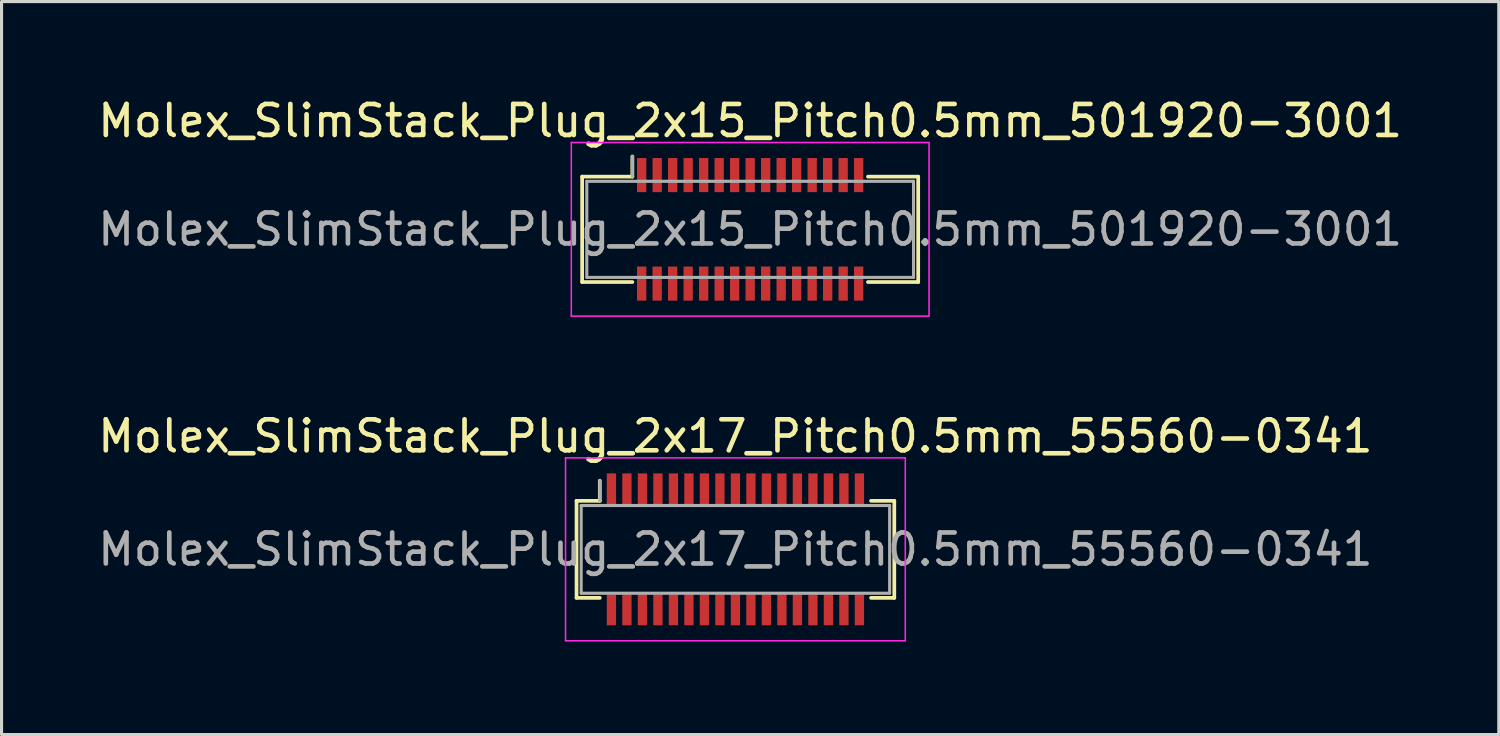
<source format=kicad_pcb>
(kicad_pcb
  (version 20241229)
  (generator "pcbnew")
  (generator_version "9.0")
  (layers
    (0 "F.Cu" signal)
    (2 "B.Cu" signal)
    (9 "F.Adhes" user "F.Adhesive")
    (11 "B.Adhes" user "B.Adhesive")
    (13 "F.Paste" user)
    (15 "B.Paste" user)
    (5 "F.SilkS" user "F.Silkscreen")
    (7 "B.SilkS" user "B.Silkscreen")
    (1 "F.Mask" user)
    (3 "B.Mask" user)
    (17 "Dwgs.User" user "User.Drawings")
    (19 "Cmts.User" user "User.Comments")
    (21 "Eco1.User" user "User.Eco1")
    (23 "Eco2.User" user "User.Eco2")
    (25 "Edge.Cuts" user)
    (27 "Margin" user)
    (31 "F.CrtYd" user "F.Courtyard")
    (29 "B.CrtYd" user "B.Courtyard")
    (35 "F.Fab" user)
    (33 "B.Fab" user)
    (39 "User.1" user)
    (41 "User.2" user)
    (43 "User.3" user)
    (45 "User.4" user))
  (footprint "Molex_SlimStack_Plug_2x17_Pitch0.5mm_55560-0341"
    (layer "F.Cu")
    (at 20.673 14.671)
    (property "Reference" "Molex_SlimStack_Plug_2x17_Pitch0.5mm_55560-0341" (at 0 -3.65 0) (layer "F.SilkS") (effects (font (size 1 1) (thickness 0.15))))
    (attr smd)
    (fp_line (start -5.125 -1.565) (end -4.375 -1.565) (stroke (width 0.12) (type solid)) (layer "F.SilkS"))
    (fp_line (start -5.125 1.565) (end -5.125 -1.565) (stroke (width 0.12) (type solid)) (layer "F.SilkS"))
    (fp_line (start -4.375 -1.565) (end -4.375 -2.215) (stroke (width 0.12) (type solid)) (layer "F.SilkS"))
    (fp_line (start -4.375 1.565) (end -5.125 1.565) (stroke (width 0.12) (type solid)) (layer "F.SilkS"))
    (fp_line (start 4.375 1.565) (end 5.125 1.565) (stroke (width 0.12) (type solid)) (layer "F.SilkS"))
    (fp_line (start 5.125 -1.565) (end 4.375 -1.565) (stroke (width 0.12) (type solid)) (layer "F.SilkS"))
    (fp_line (start 5.125 1.565) (end 5.125 -1.565) (stroke (width 0.12) (type solid)) (layer "F.SilkS"))
    (fp_line (start -5.48 -2.95) (end -5.48 2.95) (stroke (width 0.05) (type solid)) (layer "F.CrtYd"))
    (fp_line (start -5.48 2.95) (end 5.48 2.95) (stroke (width 0.05) (type solid)) (layer "F.CrtYd"))
    (fp_line (start 5.48 -2.95) (end -5.48 -2.95) (stroke (width 0.05) (type solid)) (layer "F.CrtYd"))
    (fp_line (start 5.48 2.95) (end 5.48 -2.95) (stroke (width 0.05) (type solid)) (layer "F.CrtYd"))
    (fp_line (start -4.975 -1.415) (end -4.975 1.415) (stroke (width 0.1) (type solid)) (layer "F.Fab"))
    (fp_line (start -4.975 1.415) (end 4.975 1.415) (stroke (width 0.1) (type solid)) (layer "F.Fab"))
    (fp_line (start -4.375 -1.565) (end -4.375 -2.215) (stroke (width 0.1) (type solid)) (layer "F.Fab"))
    (fp_line (start 4.975 -1.415) (end -4.975 -1.415) (stroke (width 0.1) (type solid)) (layer "F.Fab"))
    (fp_line (start 4.975 1.415) (end 4.975 -1.415) (stroke (width 0.1) (type solid)) (layer "F.Fab"))
    (fp_text user "${REFERENCE}" (at 0 0 0) (layer "F.Fab") (effects (font (size 1 1) (thickness 0.15))))
    (pad "1" smd rect (at -4 -1.95) (size 0.3 1) (layers "F.Cu" "F.Mask" "F.Paste"))
    (pad "2" smd rect (at -4 1.95) (size 0.3 1) (layers "F.Cu" "F.Mask" "F.Paste"))
    (pad "3" smd rect (at -3.5 -1.95) (size 0.3 1) (layers "F.Cu" "F.Mask" "F.Paste"))
    (pad "4" smd rect (at -3.5 1.95) (size 0.3 1) (layers "F.Cu" "F.Mask" "F.Paste"))
    (pad "5" smd rect (at -3 -1.95) (size 0.3 1) (layers "F.Cu" "F.Mask" "F.Paste"))
    (pad "6" smd rect (at -3 1.95) (size 0.3 1) (layers "F.Cu" "F.Mask" "F.Paste"))
    (pad "7" smd rect (at -2.5 -1.95) (size 0.3 1) (layers "F.Cu" "F.Mask" "F.Paste"))
    (pad "8" smd rect (at -2.5 1.95) (size 0.3 1) (layers "F.Cu" "F.Mask" "F.Paste"))
    (pad "9" smd rect (at -2 -1.95) (size 0.3 1) (layers "F.Cu" "F.Mask" "F.Paste"))
    (pad "10" smd rect (at -2 1.95) (size 0.3 1) (layers "F.Cu" "F.Mask" "F.Paste"))
    (pad "11" smd rect (at -1.5 -1.95) (size 0.3 1) (layers "F.Cu" "F.Mask" "F.Paste"))
    (pad "12" smd rect (at -1.5 1.95) (size 0.3 1) (layers "F.Cu" "F.Mask" "F.Paste"))
    (pad "13" smd rect (at -1 -1.95) (size 0.3 1) (layers "F.Cu" "F.Mask" "F.Paste"))
    (pad "14" smd rect (at -1 1.95) (size 0.3 1) (layers "F.Cu" "F.Mask" "F.Paste"))
    (pad "15" smd rect (at -0.5 -1.95) (size 0.3 1) (layers "F.Cu" "F.Mask" "F.Paste"))
    (pad "16" smd rect (at -0.5 1.95) (size 0.3 1) (layers "F.Cu" "F.Mask" "F.Paste"))
    (pad "17" smd rect (at 0 -1.95) (size 0.3 1) (layers "F.Cu" "F.Mask" "F.Paste"))
    (pad "18" smd rect (at 0 1.95) (size 0.3 1) (layers "F.Cu" "F.Mask" "F.Paste"))
    (pad "19" smd rect (at 0.5 -1.95) (size 0.3 1) (layers "F.Cu" "F.Mask" "F.Paste"))
    (pad "20" smd rect (at 0.5 1.95) (size 0.3 1) (layers "F.Cu" "F.Mask" "F.Paste"))
    (pad "21" smd rect (at 1 -1.95) (size 0.3 1) (layers "F.Cu" "F.Mask" "F.Paste"))
    (pad "22" smd rect (at 1 1.95) (size 0.3 1) (layers "F.Cu" "F.Mask" "F.Paste"))
    (pad "23" smd rect (at 1.5 -1.95) (size 0.3 1) (layers "F.Cu" "F.Mask" "F.Paste"))
    (pad "24" smd rect (at 1.5 1.95) (size 0.3 1) (layers "F.Cu" "F.Mask" "F.Paste"))
    (pad "25" smd rect (at 2 -1.95) (size 0.3 1) (layers "F.Cu" "F.Mask" "F.Paste"))
    (pad "26" smd rect (at 2 1.95) (size 0.3 1) (layers "F.Cu" "F.Mask" "F.Paste"))
    (pad "27" smd rect (at 2.5 -1.95) (size 0.3 1) (layers "F.Cu" "F.Mask" "F.Paste"))
    (pad "28" smd rect (at 2.5 1.95) (size 0.3 1) (layers "F.Cu" "F.Mask" "F.Paste"))
    (pad "29" smd rect (at 3 -1.95) (size 0.3 1) (layers "F.Cu" "F.Mask" "F.Paste"))
    (pad "30" smd rect (at 3 1.95) (size 0.3 1) (layers "F.Cu" "F.Mask" "F.Paste"))
    (pad "31" smd rect (at 3.5 -1.95) (size 0.3 1) (layers "F.Cu" "F.Mask" "F.Paste"))
    (pad "32" smd rect (at 3.5 1.95) (size 0.3 1) (layers "F.Cu" "F.Mask" "F.Paste"))
    (pad "33" smd rect (at 4 -1.95) (size 0.3 1) (layers "F.Cu" "F.Mask" "F.Paste"))
    (pad "34" smd rect (at 4 1.95) (size 0.3 1) (layers "F.Cu" "F.Mask" "F.Paste")))
  (footprint "Molex_SlimStack_Plug_2x15_Pitch0.5mm_501920-3001"
    (layer "F.Cu")
    (at 21.149 4.348)
    (property "Reference" "Molex_SlimStack_Plug_2x15_Pitch0.5mm_501920-3001" (at 0 -3.5 0) (layer "F.SilkS") (effects (font (size 1 1) (thickness 0.15))))
    (attr smd)
    (fp_line (start -5.42 -1.7) (end -3.8 -1.7) (stroke (width 0.12) (type solid)) (layer "F.SilkS"))
    (fp_line (start -5.42 1.7) (end -5.42 -1.7) (stroke (width 0.12) (type solid)) (layer "F.SilkS"))
    (fp_line (start -3.8 -1.7) (end -3.8 -2.35) (stroke (width 0.12) (type solid)) (layer "F.SilkS"))
    (fp_line (start -3.8 1.7) (end -5.42 1.7) (stroke (width 0.12) (type solid)) (layer "F.SilkS"))
    (fp_line (start 3.8 1.7) (end 5.42 1.7) (stroke (width 0.12) (type solid)) (layer "F.SilkS"))
    (fp_line (start 5.42 -1.7) (end 3.8 -1.7) (stroke (width 0.12) (type solid)) (layer "F.SilkS"))
    (fp_line (start 5.42 1.7) (end 5.42 -1.7) (stroke (width 0.12) (type solid)) (layer "F.SilkS"))
    (fp_line (start -5.77 -2.8) (end -5.77 2.8) (stroke (width 0.05) (type solid)) (layer "F.CrtYd"))
    (fp_line (start -5.77 2.8) (end 5.77 2.8) (stroke (width 0.05) (type solid)) (layer "F.CrtYd"))
    (fp_line (start 5.77 -2.8) (end -5.77 -2.8) (stroke (width 0.05) (type solid)) (layer "F.CrtYd"))
    (fp_line (start 5.77 2.8) (end 5.77 -2.8) (stroke (width 0.05) (type solid)) (layer "F.CrtYd"))
    (fp_line (start -5.27 -1.55) (end -5.27 1.55) (stroke (width 0.1) (type solid)) (layer "F.Fab"))
    (fp_line (start -5.27 1.55) (end 5.27 1.55) (stroke (width 0.1) (type solid)) (layer "F.Fab"))
    (fp_line (start -3.8 -1.7) (end -3.8 -2.35) (stroke (width 0.1) (type solid)) (layer "F.Fab"))
    (fp_line (start 5.27 -1.55) (end -5.27 -1.55) (stroke (width 0.1) (type solid)) (layer "F.Fab"))
    (fp_line (start 5.27 1.55) (end 5.27 -1.55) (stroke (width 0.1) (type solid)) (layer "F.Fab"))
    (fp_text user "${REFERENCE}" (at 0 0 0) (layer "F.Fab") (effects (font (size 1 1) (thickness 0.15))))
    (pad "1" smd rect (at -3.5 -1.75) (size 0.3 1.1) (layers "F.Cu" "F.Mask" "F.Paste"))
    (pad "2" smd rect (at -3.5 1.75) (size 0.3 1.1) (layers "F.Cu" "F.Mask" "F.Paste"))
    (pad "3" smd rect (at -3 -1.75) (size 0.3 1.1) (layers "F.Cu" "F.Mask" "F.Paste"))
    (pad "4" smd rect (at -3 1.75) (size 0.3 1.1) (layers "F.Cu" "F.Mask" "F.Paste"))
    (pad "5" smd rect (at -2.5 -1.75) (size 0.3 1.1) (layers "F.Cu" "F.Mask" "F.Paste"))
    (pad "6" smd rect (at -2.5 1.75) (size 0.3 1.1) (layers "F.Cu" "F.Mask" "F.Paste"))
    (pad "7" smd rect (at -2 -1.75) (size 0.3 1.1) (layers "F.Cu" "F.Mask" "F.Paste"))
    (pad "8" smd rect (at -2 1.75) (size 0.3 1.1) (layers "F.Cu" "F.Mask" "F.Paste"))
    (pad "9" smd rect (at -1.5 -1.75) (size 0.3 1.1) (layers "F.Cu" "F.Mask" "F.Paste"))
    (pad "10" smd rect (at -1.5 1.75) (size 0.3 1.1) (layers "F.Cu" "F.Mask" "F.Paste"))
    (pad "11" smd rect (at -1 -1.75) (size 0.3 1.1) (layers "F.Cu" "F.Mask" "F.Paste"))
    (pad "12" smd rect (at -1 1.75) (size 0.3 1.1) (layers "F.Cu" "F.Mask" "F.Paste"))
    (pad "13" smd rect (at -0.5 -1.75) (size 0.3 1.1) (layers "F.Cu" "F.Mask" "F.Paste"))
    (pad "14" smd rect (at -0.5 1.75) (size 0.3 1.1) (layers "F.Cu" "F.Mask" "F.Paste"))
    (pad "15" smd rect (at 0 -1.75) (size 0.3 1.1) (layers "F.Cu" "F.Mask" "F.Paste"))
    (pad "16" smd rect (at 0 1.75) (size 0.3 1.1) (layers "F.Cu" "F.Mask" "F.Paste"))
    (pad "17" smd rect (at 0.5 -1.75) (size 0.3 1.1) (layers "F.Cu" "F.Mask" "F.Paste"))
    (pad "18" smd rect (at 0.5 1.75) (size 0.3 1.1) (layers "F.Cu" "F.Mask" "F.Paste"))
    (pad "19" smd rect (at 1 -1.75) (size 0.3 1.1) (layers "F.Cu" "F.Mask" "F.Paste"))
    (pad "20" smd rect (at 1 1.75) (size 0.3 1.1) (layers "F.Cu" "F.Mask" "F.Paste"))
    (pad "21" smd rect (at 1.5 -1.75) (size 0.3 1.1) (layers "F.Cu" "F.Mask" "F.Paste"))
    (pad "22" smd rect (at 1.5 1.75) (size 0.3 1.1) (layers "F.Cu" "F.Mask" "F.Paste"))
    (pad "23" smd rect (at 2 -1.75) (size 0.3 1.1) (layers "F.Cu" "F.Mask" "F.Paste"))
    (pad "24" smd rect (at 2 1.75) (size 0.3 1.1) (layers "F.Cu" "F.Mask" "F.Paste"))
    (pad "25" smd rect (at 2.5 -1.75) (size 0.3 1.1) (layers "F.Cu" "F.Mask" "F.Paste"))
    (pad "26" smd rect (at 2.5 1.75) (size 0.3 1.1) (layers "F.Cu" "F.Mask" "F.Paste"))
    (pad "27" smd rect (at 3 -1.75) (size 0.3 1.1) (layers "F.Cu" "F.Mask" "F.Paste"))
    (pad "28" smd rect (at 3 1.75) (size 0.3 1.1) (layers "F.Cu" "F.Mask" "F.Paste"))
    (pad "29" smd rect (at 3.5 -1.75) (size 0.3 1.1) (layers "F.Cu" "F.Mask" "F.Paste"))
    (pad "30" smd rect (at 3.5 1.75) (size 0.3 1.1) (layers "F.Cu" "F.Mask" "F.Paste")))
  (gr_rect
    (start -3 -3)
    (end 45.298 20.646)
    (stroke (width 0.1) (type default))
    (fill no)
    (layer "Edge.Cuts")))
</source>
